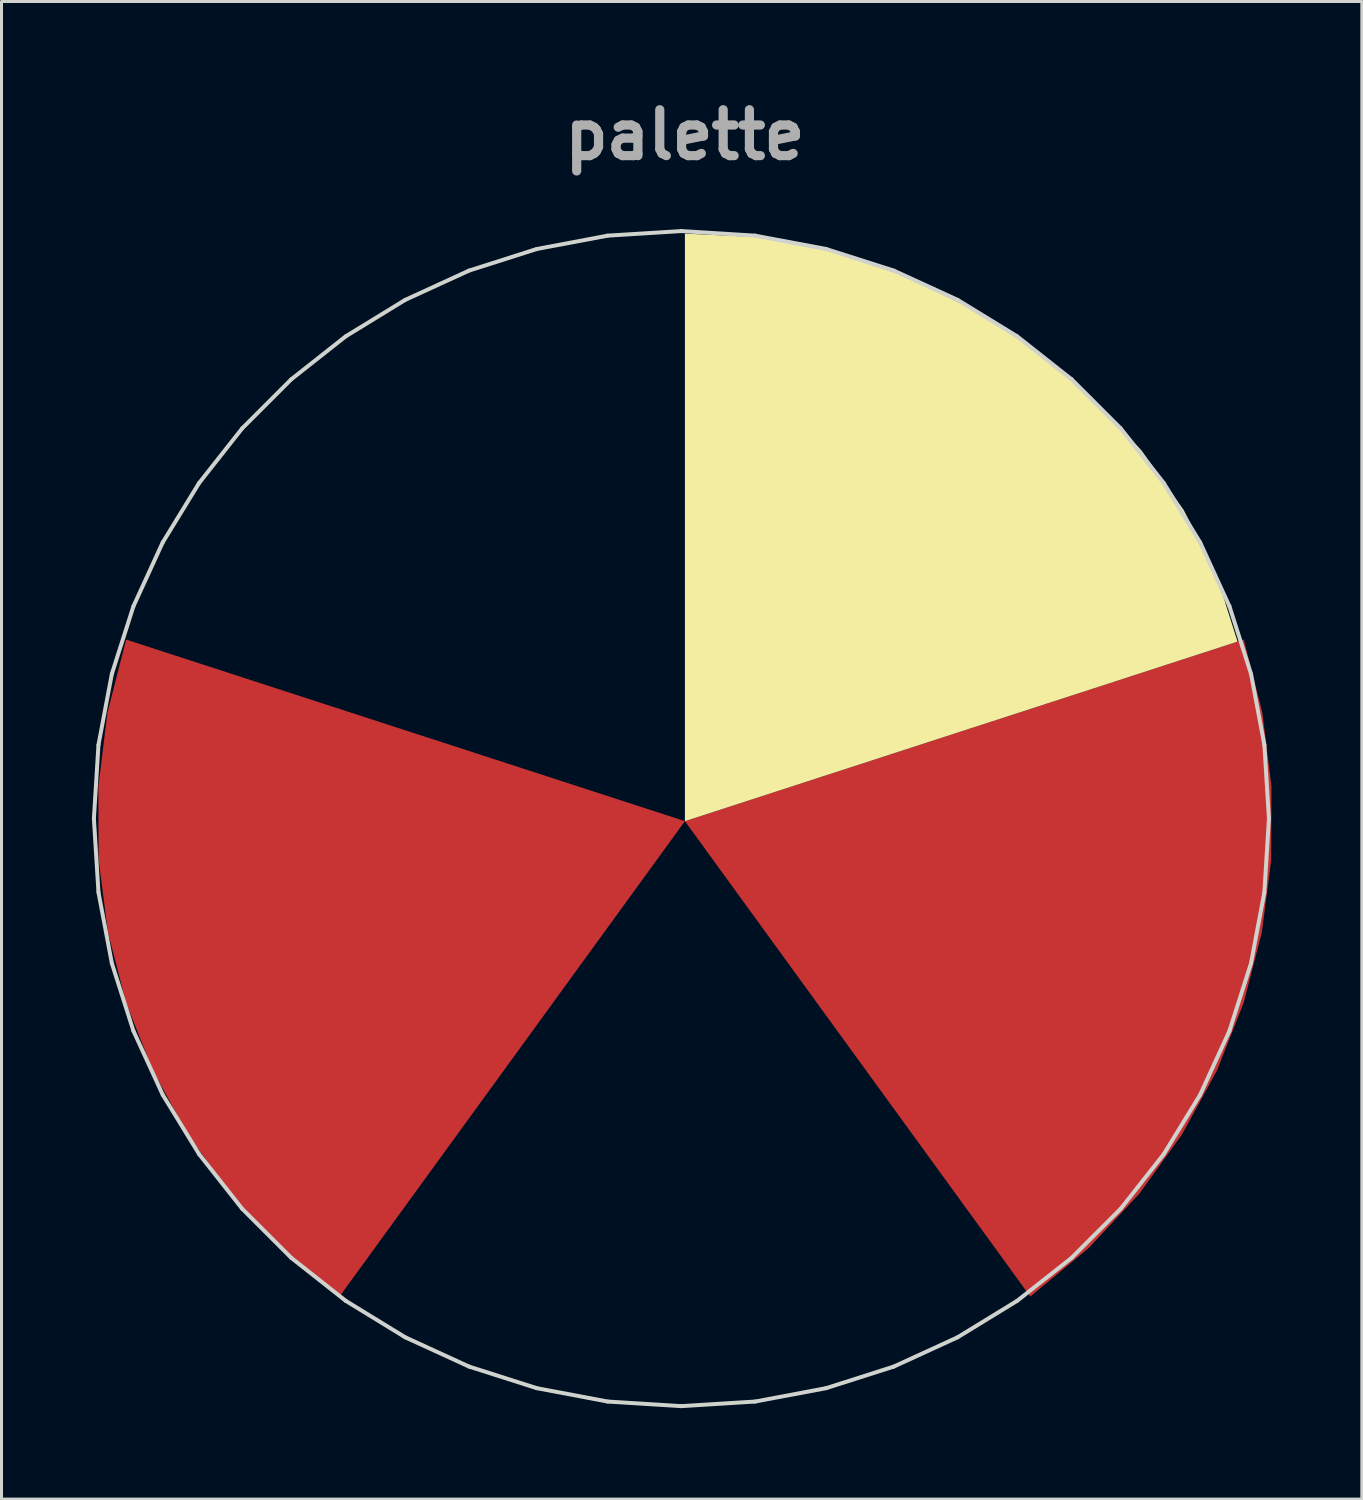
<source format=kicad_pcb>
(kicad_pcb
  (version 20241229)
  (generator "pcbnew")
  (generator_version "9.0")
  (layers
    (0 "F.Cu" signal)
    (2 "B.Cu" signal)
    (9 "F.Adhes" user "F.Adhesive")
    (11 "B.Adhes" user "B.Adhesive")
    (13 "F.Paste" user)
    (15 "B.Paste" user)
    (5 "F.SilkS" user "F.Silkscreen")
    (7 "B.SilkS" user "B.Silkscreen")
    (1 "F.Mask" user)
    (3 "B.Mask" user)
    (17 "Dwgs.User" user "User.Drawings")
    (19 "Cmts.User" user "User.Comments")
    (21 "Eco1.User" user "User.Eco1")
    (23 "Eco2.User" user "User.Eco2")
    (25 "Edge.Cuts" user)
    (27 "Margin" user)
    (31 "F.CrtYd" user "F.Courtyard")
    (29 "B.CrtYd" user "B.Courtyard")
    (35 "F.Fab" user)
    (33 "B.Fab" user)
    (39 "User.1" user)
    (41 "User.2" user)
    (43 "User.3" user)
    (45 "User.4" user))
  (footprint "palette"
    (layer "F.Cu")
    (at 19.682 24.71)
    (property "Reference" "palette" (at 0 -23.284 0) (layer "F.Fab") (effects (font (size 1.524 1.524) (thickness 0.305))))
    (attr smd)
    (fp_poly (pts (xy -11.462 15.27) (xy -13.391 13.67) (xy -15.074 11.867) (xy -16.499 9.889) (xy -17.66 7.765) (xy -18.546 5.52) (xy -19.148 3.183) (xy -19.458 0.782) (xy -19.467 -1.656) (xy -19.166 -4.103) (xy -18.546 -6.532) (xy -0.000007 -0.506) (xy -11.462 15.27)) (stroke (width 0) (type solid)) (fill yes) (layer "F.Cu"))
    (fp_poly (pts (xy 18.546 -6.532) (xy 19.166 -4.103) (xy 19.467 -1.656) (xy 19.458 0.782) (xy 19.148 3.183) (xy 18.546 5.52) (xy 17.66 7.765) (xy 16.499 9.89) (xy 15.074 11.867) (xy 13.391 13.67) (xy 11.462 15.27) (xy -0.000007 -0.506) (xy 18.546 -6.532)) (stroke (width 0) (type solid)) (fill yes) (layer "F.Cu"))
    (fp_poly (pts (xy 11.462 15.27) (xy 9.344 16.611) (xy 7.109 17.653) (xy 4.788 18.398) (xy 2.409 18.845) (xy -0.000001 18.994) (xy -2.409 18.845) (xy -4.788 18.398) (xy -7.109 17.653) (xy -9.344 16.611) (xy -11.462 15.27) (xy 0.000004 -0.506) (xy 11.462 15.27)) (stroke (width 0) (type solid)) (fill yes) (layer "F.Mask"))
    (fp_poly (pts (xy 18.546 -6.532) (xy 19.166 -4.103) (xy 19.467 -1.656) (xy 19.458 0.782) (xy 19.148 3.183) (xy 18.546 5.52) (xy 17.66 7.765) (xy 16.499 9.89) (xy 15.074 11.867) (xy 13.391 13.67) (xy 11.462 15.27) (xy -0.000007 -0.506) (xy 18.546 -6.532)) (stroke (width 0) (type solid)) (fill yes) (layer "F.Mask"))
    (fp_poly (pts (xy -0.000007 -20.006) (xy 2.439 -19.889) (xy 4.86 -19.419) (xy 7.218 -18.625) (xy 9.471 -17.537) (xy 11.574 -16.184) (xy 13.486 -14.596) (xy 15.161 -12.8) (xy 16.558 -10.827) (xy 17.632 -8.706) (xy 18.341 -6.465) (xy 16.048 -5.72) (xy 13.756 -4.975) (xy 11.463 -4.23) (xy 9.17 -3.486) (xy 6.878 -2.741) (xy 4.585 -1.996) (xy 2.293 -1.251) (xy -0.000007 -0.506) (xy -0.000007 -2.943) (xy -0.000007 -5.381) (xy -0.000007 -7.818) (xy -0.000007 -10.256) (xy -0.000007 -12.693) (xy -0.000007 -15.131) (xy -0.000007 -17.568) (xy -0.000007 -20.006)) (stroke (width 0) (type solid)) (fill yes) (layer "F.SilkS"))
    (fp_line (start -19.616 -0.591) (end -19.464 -3.037) (stroke (width 0.132) (type solid)) (layer "Edge.Cuts"))
    (fp_line (start -19.464 -3.037) (end -19.02 -5.393) (stroke (width 0.132) (type solid)) (layer "Edge.Cuts"))
    (fp_line (start -19.464 1.855) (end -19.616 -0.591) (stroke (width 0.132) (type solid)) (layer "Edge.Cuts"))
    (fp_line (start -19.02 -5.393) (end -18.303 -7.639) (stroke (width 0.132) (type solid)) (layer "Edge.Cuts"))
    (fp_line (start -19.02 4.21) (end -19.464 1.855) (stroke (width 0.132) (type solid)) (layer "Edge.Cuts"))
    (fp_line (start -18.303 -7.639) (end -17.331 -9.758) (stroke (width 0.132) (type solid)) (layer "Edge.Cuts"))
    (fp_line (start -18.303 6.457) (end -19.02 4.21) (stroke (width 0.132) (type solid)) (layer "Edge.Cuts"))
    (fp_line (start -17.331 -9.758) (end -16.122 -11.732) (stroke (width 0.132) (type solid)) (layer "Edge.Cuts"))
    (fp_line (start -17.331 8.576) (end -18.303 6.457) (stroke (width 0.132) (type solid)) (layer "Edge.Cuts"))
    (fp_line (start -16.122 -11.732) (end -14.694 -13.542) (stroke (width 0.132) (type solid)) (layer "Edge.Cuts"))
    (fp_line (start -16.122 10.549) (end -17.331 8.576) (stroke (width 0.132) (type solid)) (layer "Edge.Cuts"))
    (fp_line (start -14.694 -13.542) (end -13.066 -15.17) (stroke (width 0.132) (type solid)) (layer "Edge.Cuts"))
    (fp_line (start -14.694 12.359) (end -16.122 10.549) (stroke (width 0.132) (type solid)) (layer "Edge.Cuts"))
    (fp_line (start -13.066 -15.17) (end -11.256 -16.598) (stroke (width 0.132) (type solid)) (layer "Edge.Cuts"))
    (fp_line (start -13.066 13.987) (end -14.694 12.359) (stroke (width 0.132) (type solid)) (layer "Edge.Cuts"))
    (fp_line (start -11.256 -16.598) (end -9.283 -17.807) (stroke (width 0.132) (type solid)) (layer "Edge.Cuts"))
    (fp_line (start -11.256 15.415) (end -13.066 13.987) (stroke (width 0.132) (type solid)) (layer "Edge.Cuts"))
    (fp_line (start -9.283 -17.807) (end -7.164 -18.779) (stroke (width 0.132) (type solid)) (layer "Edge.Cuts"))
    (fp_line (start -9.283 16.624) (end -11.256 15.415) (stroke (width 0.132) (type solid)) (layer "Edge.Cuts"))
    (fp_line (start -7.164 -18.779) (end -4.917 -19.496) (stroke (width 0.132) (type solid)) (layer "Edge.Cuts"))
    (fp_line (start -7.164 17.596) (end -9.283 16.624) (stroke (width 0.132) (type solid)) (layer "Edge.Cuts"))
    (fp_line (start -4.917 -19.496) (end -2.562 -19.939) (stroke (width 0.132) (type solid)) (layer "Edge.Cuts"))
    (fp_line (start -4.917 18.313) (end -7.164 17.596) (stroke (width 0.132) (type solid)) (layer "Edge.Cuts"))
    (fp_line (start -2.562 -19.939) (end -0.116 -20.091) (stroke (width 0.132) (type solid)) (layer "Edge.Cuts"))
    (fp_line (start -2.562 18.757) (end -4.917 18.313) (stroke (width 0.132) (type solid)) (layer "Edge.Cuts"))
    (fp_line (start -0.116 -20.091) (end 2.33 -19.939) (stroke (width 0.132) (type solid)) (layer "Edge.Cuts"))
    (fp_line (start -0.116 18.909) (end -2.562 18.757) (stroke (width 0.132) (type solid)) (layer "Edge.Cuts"))
    (fp_line (start 2.33 -19.939) (end 4.686 -19.496) (stroke (width 0.132) (type solid)) (layer "Edge.Cuts"))
    (fp_line (start 2.33 18.757) (end -0.116 18.909) (stroke (width 0.132) (type solid)) (layer "Edge.Cuts"))
    (fp_line (start 4.686 -19.496) (end 6.932 -18.779) (stroke (width 0.132) (type solid)) (layer "Edge.Cuts"))
    (fp_line (start 4.686 18.313) (end 2.33 18.757) (stroke (width 0.132) (type solid)) (layer "Edge.Cuts"))
    (fp_line (start 6.932 -18.779) (end 9.051 -17.807) (stroke (width 0.132) (type solid)) (layer "Edge.Cuts"))
    (fp_line (start 6.932 17.596) (end 4.686 18.313) (stroke (width 0.132) (type solid)) (layer "Edge.Cuts"))
    (fp_line (start 9.051 -17.807) (end 11.025 -16.598) (stroke (width 0.132) (type solid)) (layer "Edge.Cuts"))
    (fp_line (start 9.051 16.624) (end 6.932 17.596) (stroke (width 0.132) (type solid)) (layer "Edge.Cuts"))
    (fp_line (start 11.025 -16.598) (end 12.835 -15.17) (stroke (width 0.132) (type solid)) (layer "Edge.Cuts"))
    (fp_line (start 11.025 15.415) (end 9.051 16.624) (stroke (width 0.132) (type solid)) (layer "Edge.Cuts"))
    (fp_line (start 12.835 -15.17) (end 14.463 -13.542) (stroke (width 0.132) (type solid)) (layer "Edge.Cuts"))
    (fp_line (start 12.835 13.987) (end 11.025 15.415) (stroke (width 0.132) (type solid)) (layer "Edge.Cuts"))
    (fp_line (start 14.463 -13.542) (end 15.891 -11.732) (stroke (width 0.132) (type solid)) (layer "Edge.Cuts"))
    (fp_line (start 14.463 12.359) (end 12.835 13.987) (stroke (width 0.132) (type solid)) (layer "Edge.Cuts"))
    (fp_line (start 15.891 -11.732) (end 17.1 -9.758) (stroke (width 0.132) (type solid)) (layer "Edge.Cuts"))
    (fp_line (start 15.891 10.549) (end 14.463 12.359) (stroke (width 0.132) (type solid)) (layer "Edge.Cuts"))
    (fp_line (start 17.1 -9.758) (end 18.072 -7.639) (stroke (width 0.132) (type solid)) (layer "Edge.Cuts"))
    (fp_line (start 17.1 8.576) (end 15.891 10.549) (stroke (width 0.132) (type solid)) (layer "Edge.Cuts"))
    (fp_line (start 18.072 -7.639) (end 18.789 -5.393) (stroke (width 0.132) (type solid)) (layer "Edge.Cuts"))
    (fp_line (start 18.072 6.457) (end 17.1 8.576) (stroke (width 0.132) (type solid)) (layer "Edge.Cuts"))
    (fp_line (start 18.789 -5.393) (end 19.232 -3.037) (stroke (width 0.132) (type solid)) (layer "Edge.Cuts"))
    (fp_line (start 18.789 4.21) (end 18.072 6.457) (stroke (width 0.132) (type solid)) (layer "Edge.Cuts"))
    (fp_line (start 19.232 -3.037) (end 19.384 -0.591) (stroke (width 0.132) (type solid)) (layer "Edge.Cuts"))
    (fp_line (start 19.232 1.855) (end 18.789 4.21) (stroke (width 0.132) (type solid)) (layer "Edge.Cuts"))
    (fp_line (start 19.384 -0.591) (end 19.232 1.855) (stroke (width 0.132) (type solid)) (layer "Edge.Cuts")))
  (gr_rect
    (start -3 -3)
    (end 42.149 46.704)
    (stroke (width 0.1) (type default))
    (fill no)
    (layer "Edge.Cuts")))
</source>
